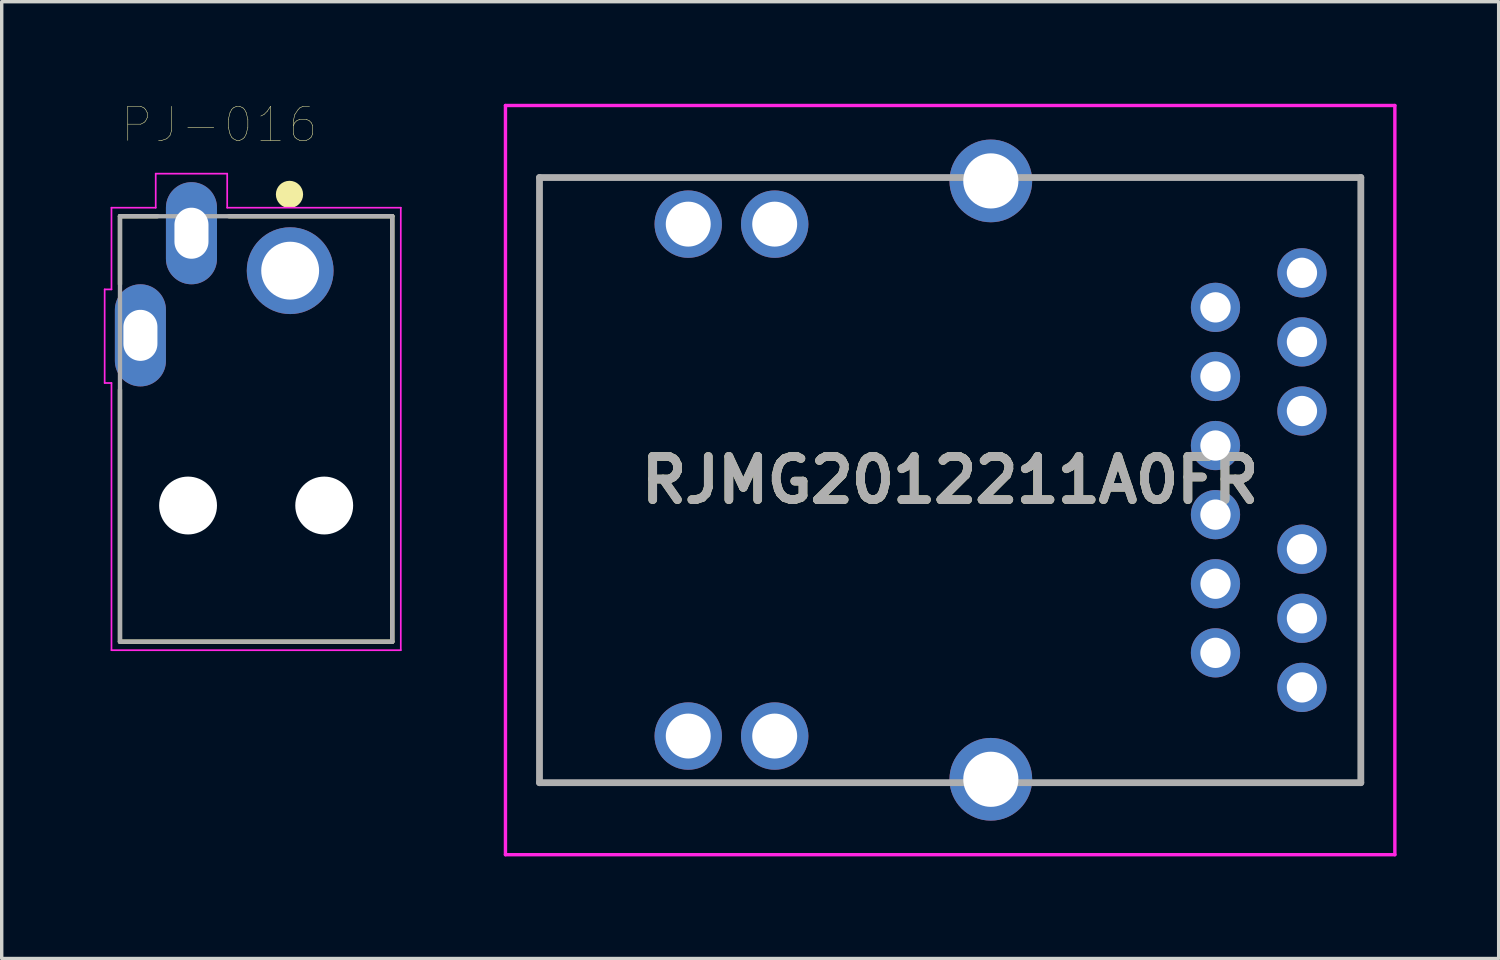
<source format=kicad_pcb>
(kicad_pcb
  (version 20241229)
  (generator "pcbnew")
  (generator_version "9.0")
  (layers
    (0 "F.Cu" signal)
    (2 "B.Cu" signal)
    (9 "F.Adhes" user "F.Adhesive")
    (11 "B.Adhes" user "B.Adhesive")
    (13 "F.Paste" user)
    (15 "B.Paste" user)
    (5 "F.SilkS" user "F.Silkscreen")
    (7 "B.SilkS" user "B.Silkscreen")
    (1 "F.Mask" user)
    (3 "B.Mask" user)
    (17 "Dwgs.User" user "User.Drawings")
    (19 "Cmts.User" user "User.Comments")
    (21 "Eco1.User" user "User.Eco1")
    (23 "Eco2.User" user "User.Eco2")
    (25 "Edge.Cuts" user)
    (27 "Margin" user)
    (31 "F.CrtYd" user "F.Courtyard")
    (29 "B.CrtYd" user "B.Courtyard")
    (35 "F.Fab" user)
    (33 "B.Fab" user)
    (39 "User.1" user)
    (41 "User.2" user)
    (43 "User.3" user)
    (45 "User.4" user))
  (footprint "RJMG2012211A0FR"
    (layer "F.Cu")
    (at 32.66 16.13)
    (property "Reference" "RJMG2012211A0FR" (at -7.795 -5.075 0) (layer "F.SilkS") (effects (font (size 1.27 1.27) (thickness 0.254))))
    (attr through_hole)
    (fp_line (start -19.86 -13.965) (end -19.86 3.815) (stroke (width 0.1) (type solid)) (layer "F.SilkS"))
    (fp_line (start -19.86 3.815) (end -10.16 3.815) (stroke (width 0.1) (type solid)) (layer "F.SilkS"))
    (fp_line (start -10.16 -13.965) (end -19.86 -13.965) (stroke (width 0.1) (type solid)) (layer "F.SilkS"))
    (fp_line (start -2.95 -13.965) (end 4.27 -13.965) (stroke (width 0.1) (type solid)) (layer "F.SilkS"))
    (fp_line (start 4.27 -13.965) (end 4.27 3.815) (stroke (width 0.1) (type solid)) (layer "F.SilkS"))
    (fp_line (start 4.27 3.815) (end -2.95 3.815) (stroke (width 0.1) (type solid)) (layer "F.SilkS"))
    (fp_line (start -20.86 -16.08) (end 5.27 -16.08) (stroke (width 0.1) (type solid)) (layer "F.CrtYd"))
    (fp_line (start -20.86 5.93) (end -20.86 -16.08) (stroke (width 0.1) (type solid)) (layer "F.CrtYd"))
    (fp_line (start 5.27 -16.08) (end 5.27 5.93) (stroke (width 0.1) (type solid)) (layer "F.CrtYd"))
    (fp_line (start 5.27 5.93) (end -20.86 5.93) (stroke (width 0.1) (type solid)) (layer "F.CrtYd"))
    (fp_line (start -19.86 -13.965) (end 4.27 -13.965) (stroke (width 0.2) (type solid)) (layer "F.Fab"))
    (fp_line (start -19.86 3.815) (end -19.86 -13.965) (stroke (width 0.2) (type solid)) (layer "F.Fab"))
    (fp_line (start 4.27 -13.965) (end 4.27 3.815) (stroke (width 0.2) (type solid)) (layer "F.Fab"))
    (fp_line (start 4.27 3.815) (end -19.86 3.815) (stroke (width 0.2) (type solid)) (layer "F.Fab"))
    (fp_text user "${REFERENCE}" (at -7.795 -5.075 0) (layer "F.Fab") (effects (font (size 1.27 1.27) (thickness 0.254))))
    (pad "" np_thru_hole circle (at -6.6 -9.9) (size 0.001 0.001) (drill 3.4) (layers "*.Cu" "*.Mask"))
    (pad "" np_thru_hole circle (at -6.6 -0.25) (size 0.001 0.001) (drill 3.4) (layers "*.Cu" "*.Mask"))
    (pad "1" thru_hole circle (at 0 0) (size 1.446 1.446) (drill 0.89) (layers "*.Cu" "*.Mask"))
    (pad "2" thru_hole circle (at 0 -2.03) (size 1.446 1.446) (drill 0.89) (layers "*.Cu" "*.Mask"))
    (pad "3" thru_hole circle (at 0 -4.06) (size 1.446 1.446) (drill 0.89) (layers "*.Cu" "*.Mask"))
    (pad "4" thru_hole circle (at 0 -6.09) (size 1.446 1.446) (drill 0.89) (layers "*.Cu" "*.Mask"))
    (pad "5" thru_hole circle (at 0 -8.12) (size 1.446 1.446) (drill 0.89) (layers "*.Cu" "*.Mask"))
    (pad "6" thru_hole circle (at 0 -10.15) (size 1.446 1.446) (drill 0.89) (layers "*.Cu" "*.Mask"))
    (pad "7" thru_hole circle (at 2.54 1.015) (size 1.446 1.446) (drill 0.89) (layers "*.Cu" "*.Mask"))
    (pad "8" thru_hole circle (at 2.54 -1.015) (size 1.446 1.446) (drill 0.89) (layers "*.Cu" "*.Mask"))
    (pad "9" thru_hole circle (at 2.54 -3.045) (size 1.446 1.446) (drill 0.89) (layers "*.Cu" "*.Mask"))
    (pad "10" thru_hole circle (at 2.54 -7.105) (size 1.446 1.446) (drill 0.89) (layers "*.Cu" "*.Mask"))
    (pad "11" thru_hole circle (at 2.54 -9.135) (size 1.446 1.446) (drill 0.89) (layers "*.Cu" "*.Mask"))
    (pad "12" thru_hole circle (at 2.54 -11.165) (size 1.446 1.446) (drill 0.89) (layers "*.Cu" "*.Mask"))
    (pad "13" thru_hole circle (at -12.95 2.445) (size 1.98 1.98) (drill 1.32) (layers "*.Cu" "*.Mask"))
    (pad "14" thru_hole circle (at -15.49 2.445) (size 1.98 1.98) (drill 1.32) (layers "*.Cu" "*.Mask"))
    (pad "15" thru_hole circle (at -12.95 -12.595) (size 1.98 1.98) (drill 1.32) (layers "*.Cu" "*.Mask"))
    (pad "16" thru_hole circle (at -15.49 -12.595) (size 1.98 1.98) (drill 1.32) (layers "*.Cu" "*.Mask"))
    (pad "17" thru_hole circle (at -6.6 -13.865) (size 2.43 2.43) (drill 1.62) (layers "*.Cu" "*.Mask"))
    (pad "18" thru_hole circle (at -6.6 3.715) (size 2.43 2.43) (drill 1.62) (layers "*.Cu" "*.Mask")))
  (footprint "PJ-016"
    (layer "F.Cu")
    (at 5.475 4.902)
    (property "Reference" "PJ-016" (at -2.078 -4.29 0) (layer "F.SilkS") (effects (font (size 1.001 1.001) (thickness 0.015))))
    (attr through_hole)
    (fp_line (start -5 -1.6) (end -5 0.4) (stroke (width 0.127) (type solid)) (layer "F.SilkS"))
    (fp_line (start -5 3.5) (end -5 10.9) (stroke (width 0.127) (type solid)) (layer "F.SilkS"))
    (fp_line (start -5 10.9) (end 3 10.9) (stroke (width 0.127) (type solid)) (layer "F.SilkS"))
    (fp_line (start -3.9 -1.6) (end -5 -1.6) (stroke (width 0.127) (type solid)) (layer "F.SilkS"))
    (fp_line (start 3 -1.6) (end -1.8 -1.6) (stroke (width 0.127) (type solid)) (layer "F.SilkS"))
    (fp_line (start 3 10.9) (end 3 -1.6) (stroke (width 0.127) (type solid)) (layer "F.SilkS"))
    (fp_circle (center -0.02 -2.24) (end 0.18 -2.24) (stroke (width 0.4) (type solid)) (fill no) (layer "F.SilkS"))
    (fp_line (start -5.45 0.55) (end -5.45 3.3) (stroke (width 0.05) (type solid)) (layer "F.CrtYd"))
    (fp_line (start -5.45 3.3) (end -5.25 3.3) (stroke (width 0.05) (type solid)) (layer "F.CrtYd"))
    (fp_line (start -5.25 -1.85) (end -5.25 0.55) (stroke (width 0.05) (type solid)) (layer "F.CrtYd"))
    (fp_line (start -5.25 0.55) (end -5.45 0.55) (stroke (width 0.05) (type solid)) (layer "F.CrtYd"))
    (fp_line (start -5.25 3.3) (end -5.25 11.15) (stroke (width 0.05) (type solid)) (layer "F.CrtYd"))
    (fp_line (start -5.25 11.15) (end 3.25 11.15) (stroke (width 0.05) (type solid)) (layer "F.CrtYd"))
    (fp_line (start -3.95 -2.85) (end -1.85 -2.85) (stroke (width 0.05) (type solid)) (layer "F.CrtYd"))
    (fp_line (start -3.95 -1.85) (end -5.25 -1.85) (stroke (width 0.05) (type solid)) (layer "F.CrtYd"))
    (fp_line (start -3.95 -1.85) (end -3.95 -2.85) (stroke (width 0.05) (type solid)) (layer "F.CrtYd"))
    (fp_line (start -1.85 -2.85) (end -1.85 -1.85) (stroke (width 0.05) (type solid)) (layer "F.CrtYd"))
    (fp_line (start -1.85 -1.85) (end 3.25 -1.85) (stroke (width 0.05) (type solid)) (layer "F.CrtYd"))
    (fp_line (start 3.25 11.15) (end 3.25 -1.85) (stroke (width 0.05) (type solid)) (layer "F.CrtYd"))
    (fp_line (start -5 -1.6) (end -5 10.9) (stroke (width 0.127) (type solid)) (layer "F.Fab"))
    (fp_line (start -5 10.9) (end 3 10.9) (stroke (width 0.127) (type solid)) (layer "F.Fab"))
    (fp_line (start 3 -1.6) (end -5 -1.6) (stroke (width 0.127) (type solid)) (layer "F.Fab"))
    (fp_line (start 3 10.9) (end 3 -1.6) (stroke (width 0.127) (type solid)) (layer "F.Fab"))
    (pad "" np_thru_hole circle (at -3 6.9) (size 1.7 1.7) (drill 1.7) (layers "*.Cu" "*.Mask"))
    (pad "" np_thru_hole circle (at 1 6.9) (size 1.7 1.7) (drill 1.7) (layers "*.Cu" "*.Mask"))
    (pad "1" thru_hole circle (at 0 0) (size 2.55 2.55) (drill 1.7) (layers "*.Cu" "*.Mask"))
    (pad "2" thru_hole oval (at -4.4 1.9) (size 1.5 3) (drill oval 1 1.5) (layers "*.Cu" "*.Mask"))
    (pad "3" thru_hole oval (at -2.9 -1.1) (size 1.5 3) (drill oval 1 1.5) (layers "*.Cu" "*.Mask")))
  (gr_rect
    (start -3 -3)
    (end 40.98 25.11)
    (stroke (width 0.1) (type default))
    (fill no)
    (layer "Edge.Cuts")))
</source>
